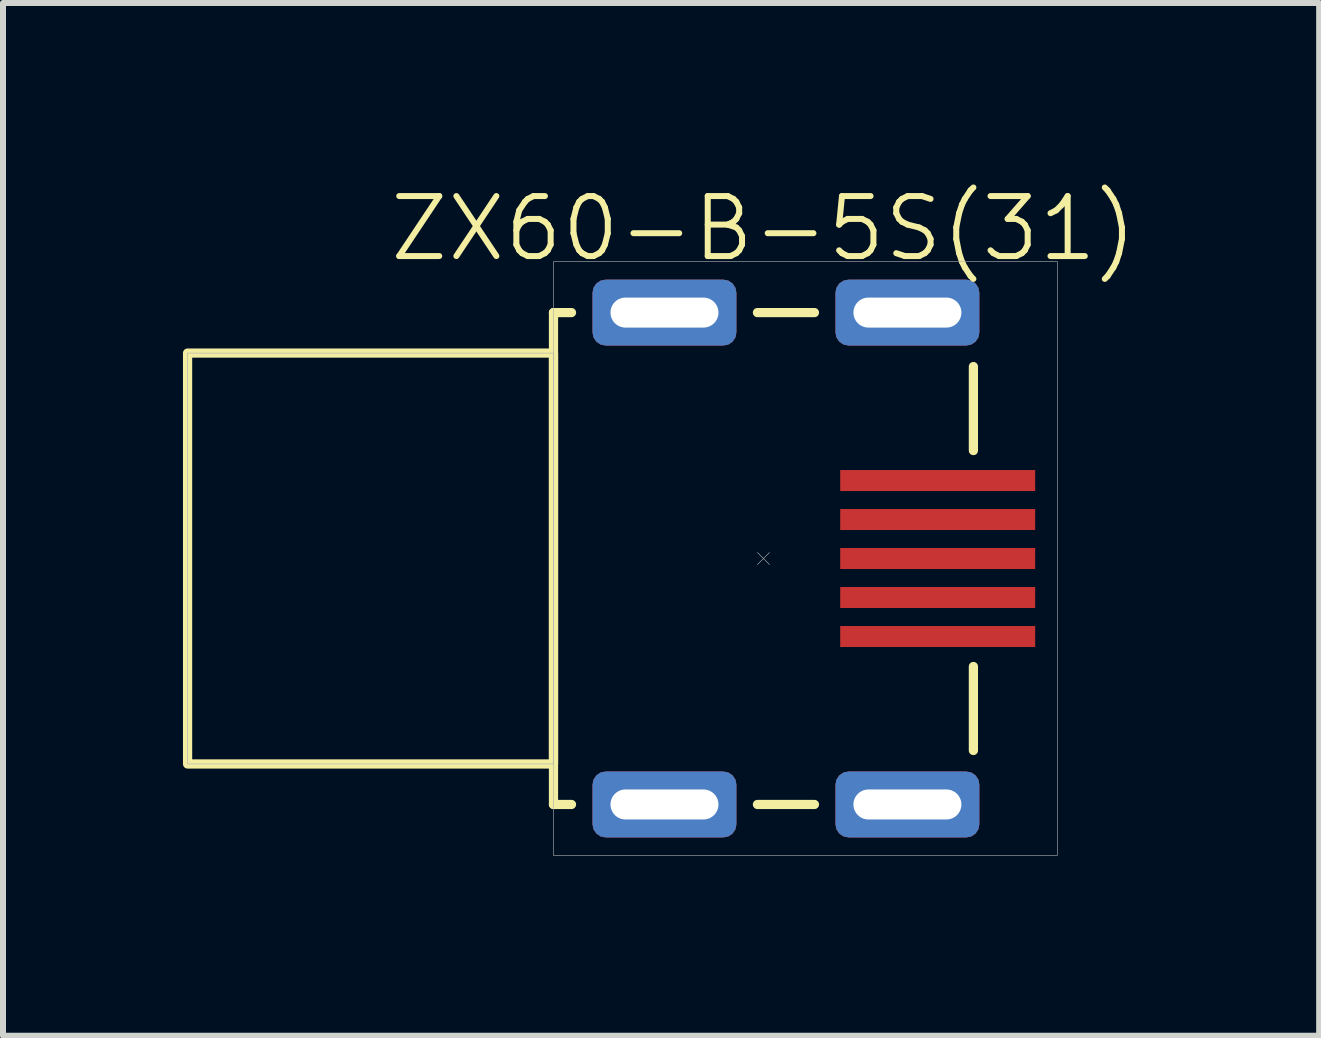
<source format=kicad_pcb>
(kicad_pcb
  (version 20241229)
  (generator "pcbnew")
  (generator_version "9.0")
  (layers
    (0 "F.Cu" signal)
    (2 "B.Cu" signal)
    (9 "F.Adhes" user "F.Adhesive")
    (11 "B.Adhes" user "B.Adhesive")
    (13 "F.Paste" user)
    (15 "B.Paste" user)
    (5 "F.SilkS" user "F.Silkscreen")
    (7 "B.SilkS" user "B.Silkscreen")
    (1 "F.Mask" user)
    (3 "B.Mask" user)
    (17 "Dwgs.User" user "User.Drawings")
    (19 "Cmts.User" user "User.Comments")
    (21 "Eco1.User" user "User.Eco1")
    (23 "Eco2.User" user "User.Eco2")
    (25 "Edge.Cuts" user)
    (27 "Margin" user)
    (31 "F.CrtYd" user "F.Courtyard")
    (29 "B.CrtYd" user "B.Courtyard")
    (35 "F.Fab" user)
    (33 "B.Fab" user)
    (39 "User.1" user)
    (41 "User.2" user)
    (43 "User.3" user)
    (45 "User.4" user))
  (footprint "ZX60-B-5S(31)"
    (layer "F.Cu")
    (at 9.677 6.261)
    (property "Reference" "ZX60-B-5S(31)" (at 0 -5.5 0) (unlocked yes) (layer "F.SilkS") (effects (font (size 1 1) (thickness 0.1))))
    (attr smd)
    (fp_line (start -3.5 -4.1) (end -3.5 4.1) (stroke (width 0.154) (type default)) (layer "F.SilkS"))
    (fp_line (start -3.2 -4.1) (end -3.5 -4.1) (stroke (width 0.154) (type default)) (layer "F.SilkS"))
    (fp_line (start -3.2 4.1) (end -3.5 4.1) (stroke (width 0.154) (type default)) (layer "F.SilkS"))
    (fp_line (start -0.1 -4.1) (end 0.85 -4.1) (stroke (width 0.154) (type default)) (layer "F.SilkS"))
    (fp_line (start -0.1 4.1) (end 0.85 4.1) (stroke (width 0.154) (type default)) (layer "F.SilkS"))
    (fp_line (start 3.5 -1.8) (end 3.5 -3.2) (stroke (width 0.154) (type default)) (layer "F.SilkS"))
    (fp_line (start 3.5 1.8) (end 3.5 3.2) (stroke (width 0.154) (type default)) (layer "F.SilkS"))
    (fp_rect (start -9.6 -3.425) (end -3.5 3.425) (stroke (width 0.154) (type default)) (fill no) (layer "F.SilkS"))
    (fp_line (start -0.1 -0.1) (end 0.1 0.1) (stroke (width 0.01) (type default)) (layer "F.Fab"))
    (fp_line (start 0.1 -0.1) (end -0.1 0.1) (stroke (width 0.01) (type default)) (layer "F.Fab"))
    (fp_rect (start -9.6 -3.425) (end -3.5 3.425) (stroke (width 0.01) (type default)) (fill no) (layer "F.Fab"))
    (fp_rect (start -3.5 -4.95) (end 4.9 4.95) (stroke (width 0.01) (type default)) (fill no) (layer "F.Fab"))
    (pad "1" smd rect (at 2.905 1.3) (size 3.25 0.35) (layers "F.Cu" "F.Mask" "F.Paste"))
    (pad "2" smd rect (at 2.905 0.65) (size 3.25 0.35) (layers "F.Cu" "F.Mask" "F.Paste"))
    (pad "3" smd rect (at 2.905 0) (size 3.25 0.35) (layers "F.Cu" "F.Mask" "F.Paste"))
    (pad "4" smd rect (at 2.905 -0.65) (size 3.25 0.35) (layers "F.Cu" "F.Mask" "F.Paste"))
    (pad "5" smd rect (at 2.905 -1.3) (size 3.25 0.35) (layers "F.Cu" "F.Mask" "F.Paste"))
    (pad "6" thru_hole roundrect (at 2.4 4.1) (size 2.4 1.1) (drill oval 1.8 0.5) (layers "*.Cu" "*.Mask") (roundrect_rratio 0.2))
    (pad "7" thru_hole roundrect (at -1.65 4.1) (size 2.4 1.1) (drill oval 1.8 0.5) (layers "*.Cu" "*.Mask") (roundrect_rratio 0.2))
    (pad "8" thru_hole roundrect (at -1.65 -4.1) (size 2.4 1.1) (drill oval 1.8 0.5) (layers "*.Cu" "*.Mask") (roundrect_rratio 0.2))
    (pad "9" thru_hole roundrect (at 2.4 -4.1) (size 2.4 1.1) (drill oval 1.8 0.5) (layers "*.Cu" "*.Mask") (roundrect_rratio 0.2)))
  (gr_rect
    (start -3 -3)
    (end 18.941 14.216)
    (stroke (width 0.1) (type default))
    (fill no)
    (layer "Edge.Cuts")))
</source>
